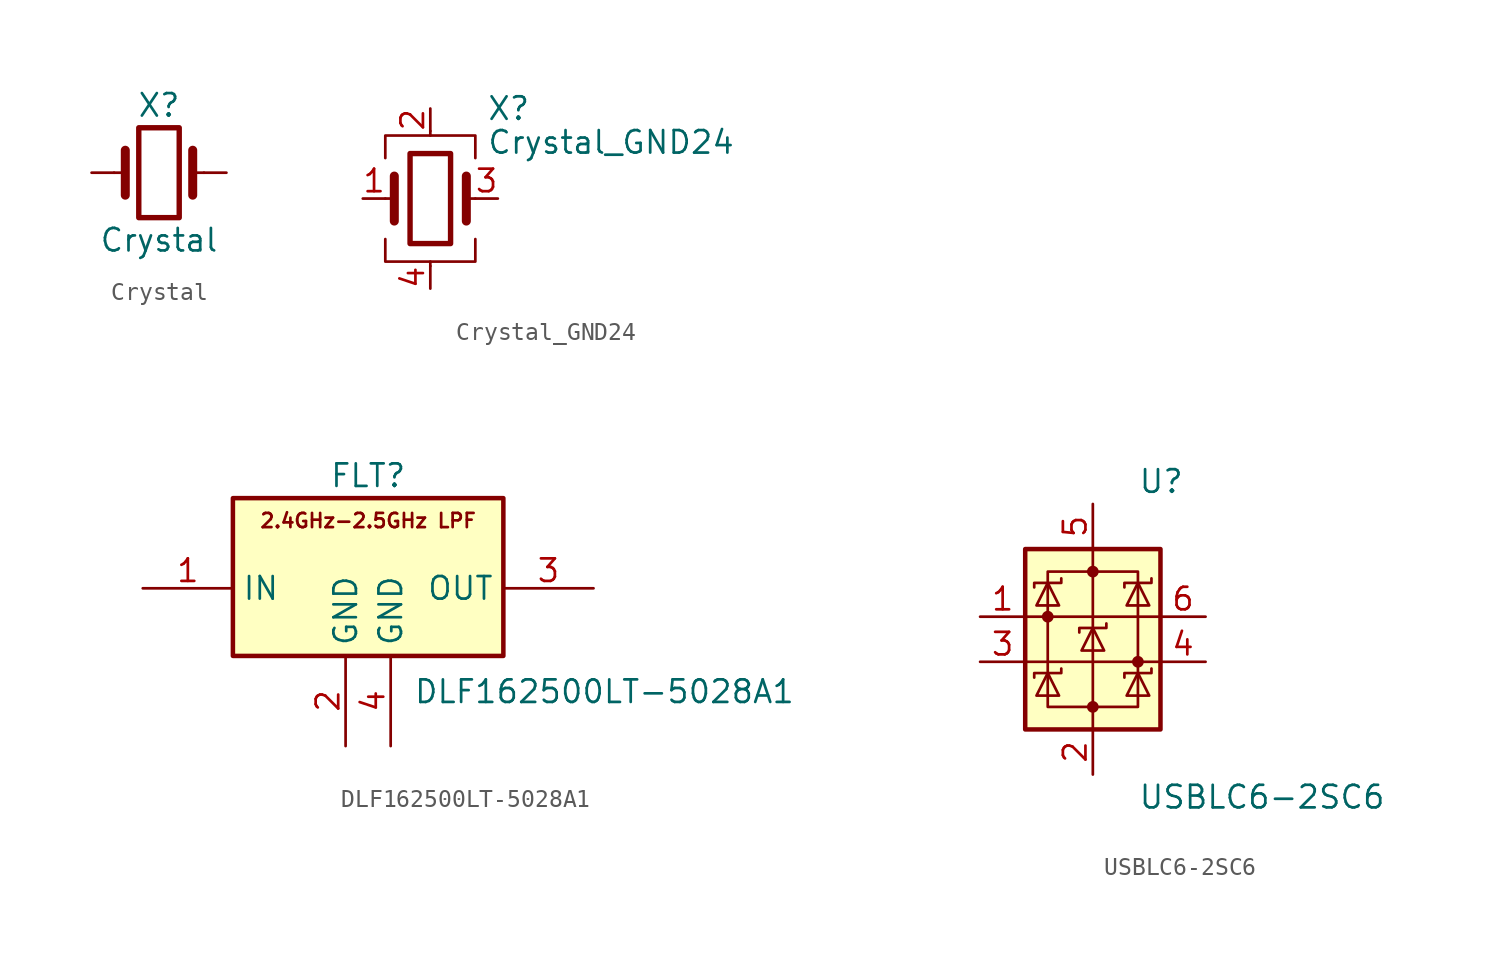
<source format=kicad_sym>
(kicad_symbol_lib
  (version 20220914)
  (generator kicad_symbol_editor)
  (symbol "Crystal"
    (pin_numbers hide)
    (pin_names
      (offset 1.016) hide)
    (property "Reference" "X"
      (at 0 3.81 0)
      (effects (font (size 1.27 1.27))))
    (property "Value" "Crystal"
      (at 0 -3.81 0)
      (effects (font (size 1.27 1.27))))
    (symbol "Crystal_0_1"
      (rectangle (start -1.143 2.54) (end 1.143 -2.54) (stroke (width 0.305) (type default)) (fill (type none)))
      (polyline (pts (xy -2.54 0) (xy -1.905 0)) (stroke (width 0) (type default)) (fill (type none)))
      (polyline (pts (xy -1.905 -1.27) (xy -1.905 1.27)) (stroke (width 0.508) (type default)) (fill (type none)))
      (polyline (pts (xy 1.905 -1.27) (xy 1.905 1.27)) (stroke (width 0.508) (type default)) (fill (type none)))
      (polyline (pts (xy 2.54 0) (xy 1.905 0)) (stroke (width 0) (type default)) (fill (type none))))
    (symbol "Crystal_1_1"
      (pin passive line (at -3.81 0 0) (length 1.27) (name "1" (effects (font (size 1.27 1.27)))) (number "1" (effects (font (size 1.27 1.27)))))
      (pin passive line (at 3.81 0 180) (length 1.27) (name "2" (effects (font (size 1.27 1.27)))) (number "2" (effects (font (size 1.27 1.27)))))))
  (symbol "Crystal_GND24"
    (pin_names
      (offset 1.016) hide)
    (property "Reference" "X"
      (at 3.175 5.08 0)
      (effects (font (size 1.27 1.27)) (justify left)))
    (property "Value" "Crystal_GND24"
      (at 3.175 3.175 0)
      (effects (font (size 1.27 1.27)) (justify left)))
    (symbol "Crystal_GND24_0_1"
      (rectangle (start -1.143 2.54) (end 1.143 -2.54) (stroke (width 0.305) (type default)) (fill (type none)))
      (polyline (pts (xy -2.54 0) (xy -2.032 0)) (stroke (width 0) (type default)) (fill (type none)))
      (polyline (pts (xy -2.032 -1.27) (xy -2.032 1.27)) (stroke (width 0.508) (type default)) (fill (type none)))
      (polyline (pts (xy 0 -3.81) (xy 0 -3.556)) (stroke (width 0) (type default)) (fill (type none)))
      (polyline (pts (xy 0 3.556) (xy 0 3.81)) (stroke (width 0) (type default)) (fill (type none)))
      (polyline (pts (xy 2.032 -1.27) (xy 2.032 1.27)) (stroke (width 0.508) (type default)) (fill (type none)))
      (polyline (pts (xy 2.032 0) (xy 2.54 0)) (stroke (width 0) (type default)) (fill (type none)))
      (polyline (pts (xy -2.54 -2.286) (xy -2.54 -3.556) (xy 2.54 -3.556) (xy 2.54 -2.286)) (stroke (width 0) (type default)) (fill (type none)))
      (polyline (pts (xy -2.54 2.286) (xy -2.54 3.556) (xy 2.54 3.556) (xy 2.54 2.286)) (stroke (width 0) (type default)) (fill (type none))))
    (symbol "Crystal_GND24_1_1"
      (pin passive line (at -3.81 0 0) (length 1.27) (name "1" (effects (font (size 1.27 1.27)))) (number "1" (effects (font (size 1.27 1.27)))))
      (pin passive line (at 0 5.08 270) (length 1.27) (name "2" (effects (font (size 1.27 1.27)))) (number "2" (effects (font (size 1.27 1.27)))))
      (pin passive line (at 3.81 0 180) (length 1.27) (name "3" (effects (font (size 1.27 1.27)))) (number "3" (effects (font (size 1.27 1.27)))))
      (pin passive line (at 0 -5.08 90) (length 1.27) (name "4" (effects (font (size 1.27 1.27)))) (number "4" (effects (font (size 1.27 1.27)))))))
  (symbol "DLF162500LT-5028A1"
    (property "Reference" "FLT"
      (at 0 6.35 0)
      (effects (font (size 1.27 1.27))))
    (property "Value" "DLF162500LT-5028A1"
      (at 2.54 -5.08 0)
      (effects (font (size 1.27 1.27)) (justify left top)))
    (symbol "DLF162500LT-5028A1_1_1"
      (rectangle (start -7.62 5.08) (end 7.62 -3.81) (stroke (width 0.254) (type default)) (fill (type background)))
      (text "2.4GHz-2.5GHz LPF" (at 0 3.81 0) (effects (font (size 0.8 0.8))))
      (pin passive line (at -12.7 0 0) (length 5.08) (name "IN" (effects (font (size 1.27 1.27)))) (number "1" (effects (font (size 1.27 1.27)))))
      (pin passive line (at -1.27 -8.89 90) (length 5.08) (name "GND" (effects (font (size 1.27 1.27)))) (number "2" (effects (font (size 1.27 1.27)))))
      (pin passive line (at 12.7 0 180) (length 5.08) (name "OUT" (effects (font (size 1.27 1.27)))) (number "3" (effects (font (size 1.27 1.27)))))
      (pin passive line (at 1.27 -8.89 90) (length 5.08) (name "GND" (effects (font (size 1.27 1.27)))) (number "4" (effects (font (size 1.27 1.27)))))))
  (symbol "USBLC6-2SC6"
    (pin_names hide)
    (property "Reference" "U"
      (at 2.54 8.89 0)
      (effects (font (size 1.27 1.27)) (justify left)))
    (property "Value" "USBLC6-2SC6"
      (at 2.54 -8.89 0)
      (effects (font (size 1.27 1.27)) (justify left)))
    (symbol "USBLC6-2SC6_0_1"
      (rectangle (start -3.81 5.08) (end 3.81 -5.08) (stroke (width 0.254) (type default)) (fill (type background)))
      (circle (center -2.54 1.27) (radius 0.254) (stroke (width 0) (type default)) (fill (type outline)))
      (rectangle (start -2.54 3.81) (end 2.54 -3.81) (stroke (width 0) (type default)) (fill (type none)))
      (circle (center 0 -3.81) (radius 0.254) (stroke (width 0) (type default)) (fill (type outline)))
      (polyline (pts (xy 0 -5.08) (xy 0 1.27)) (stroke (width 0) (type default)) (fill (type none)))
      (polyline (pts (xy 0 1.27) (xy 0 5.08)) (stroke (width 0) (type default)) (fill (type none)))
      (polyline (pts (xy 3.81 -1.27) (xy -3.81 -1.27)) (stroke (width 0) (type default)) (fill (type none)))
      (polyline (pts (xy 3.81 1.27) (xy -3.81 1.27)) (stroke (width 0) (type default)) (fill (type none)))
      (polyline (pts (xy -3.175 -3.175) (xy -1.905 -3.175) (xy -2.54 -1.905) (xy -3.175 -3.175)) (stroke (width 0) (type default)) (fill (type none)))
      (polyline (pts (xy -3.175 1.905) (xy -1.905 1.905) (xy -2.54 3.175) (xy -3.175 1.905)) (stroke (width 0) (type default)) (fill (type none)))
      (polyline (pts (xy -1.778 -1.651) (xy -1.778 -1.905) (xy -3.302 -1.905) (xy -3.302 -2.159)) (stroke (width 0) (type default)) (fill (type none)))
      (polyline (pts (xy -1.778 3.429) (xy -1.778 3.175) (xy -3.302 3.175) (xy -3.302 2.921)) (stroke (width 0) (type default)) (fill (type none)))
      (polyline (pts (xy -0.635 -0.635) (xy 0.635 -0.635) (xy 0 0.635) (xy -0.635 -0.635)) (stroke (width 0) (type default)) (fill (type none)))
      (polyline (pts (xy 0.762 0.889) (xy 0.762 0.635) (xy -0.762 0.635) (xy -0.762 0.381)) (stroke (width 0) (type default)) (fill (type none)))
      (polyline (pts (xy 1.905 -3.175) (xy 3.175 -3.175) (xy 2.54 -1.905) (xy 1.905 -3.175)) (stroke (width 0) (type default)) (fill (type none)))
      (polyline (pts (xy 1.905 1.905) (xy 3.175 1.905) (xy 2.54 3.175) (xy 1.905 1.905)) (stroke (width 0) (type default)) (fill (type none)))
      (polyline (pts (xy 3.302 -1.651) (xy 3.302 -1.905) (xy 1.778 -1.905) (xy 1.778 -2.159)) (stroke (width 0) (type default)) (fill (type none)))
      (polyline (pts (xy 3.302 3.429) (xy 3.302 3.175) (xy 1.778 3.175) (xy 1.778 2.921)) (stroke (width 0) (type default)) (fill (type none)))
      (circle (center 0 3.81) (radius 0.254) (stroke (width 0) (type default)) (fill (type outline)))
      (circle (center 2.54 -1.27) (radius 0.254) (stroke (width 0) (type default)) (fill (type outline))))
    (symbol "USBLC6-2SC6_1_1"
      (pin passive line (at -6.35 1.27 0) (length 2.54) (name "I/O1" (effects (font (size 1.27 1.27)))) (number "1" (effects (font (size 1.27 1.27)))))
      (pin passive line (at 0 -7.62 90) (length 2.54) (name "GND" (effects (font (size 1.27 1.27)))) (number "2" (effects (font (size 1.27 1.27)))))
      (pin passive line (at -6.35 -1.27 0) (length 2.54) (name "I/O2" (effects (font (size 1.27 1.27)))) (number "3" (effects (font (size 1.27 1.27)))))
      (pin passive line (at 6.35 -1.27 180) (length 2.54) (name "I/O2" (effects (font (size 1.27 1.27)))) (number "4" (effects (font (size 1.27 1.27)))))
      (pin passive line (at 0 7.62 270) (length 2.54) (name "VBUS" (effects (font (size 1.27 1.27)))) (number "5" (effects (font (size 1.27 1.27)))))
      (pin passive line (at 6.35 1.27 180) (length 2.54) (name "I/O1" (effects (font (size 1.27 1.27)))) (number "6" (effects (font (size 1.27 1.27))))))))
</source>
